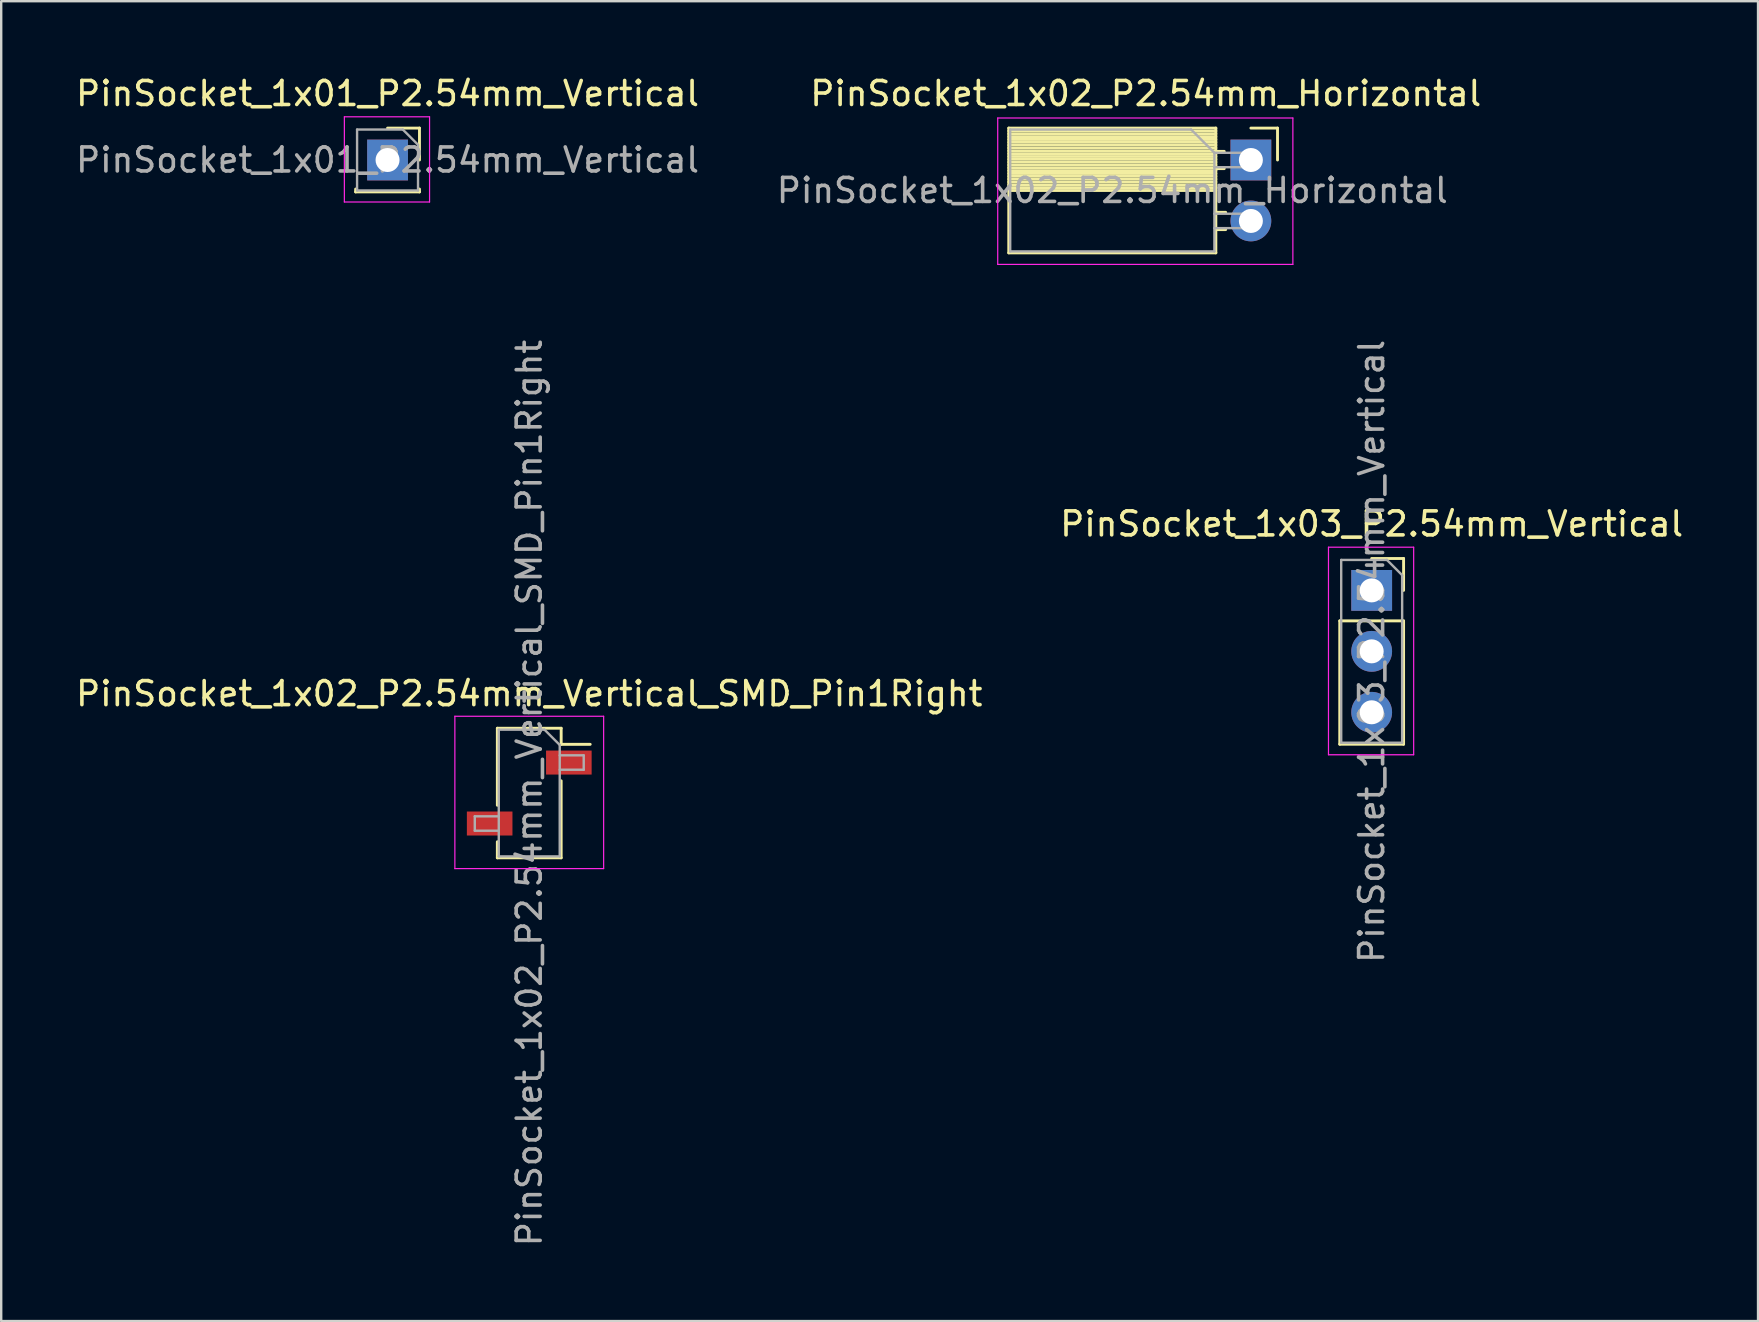
<source format=kicad_pcb>
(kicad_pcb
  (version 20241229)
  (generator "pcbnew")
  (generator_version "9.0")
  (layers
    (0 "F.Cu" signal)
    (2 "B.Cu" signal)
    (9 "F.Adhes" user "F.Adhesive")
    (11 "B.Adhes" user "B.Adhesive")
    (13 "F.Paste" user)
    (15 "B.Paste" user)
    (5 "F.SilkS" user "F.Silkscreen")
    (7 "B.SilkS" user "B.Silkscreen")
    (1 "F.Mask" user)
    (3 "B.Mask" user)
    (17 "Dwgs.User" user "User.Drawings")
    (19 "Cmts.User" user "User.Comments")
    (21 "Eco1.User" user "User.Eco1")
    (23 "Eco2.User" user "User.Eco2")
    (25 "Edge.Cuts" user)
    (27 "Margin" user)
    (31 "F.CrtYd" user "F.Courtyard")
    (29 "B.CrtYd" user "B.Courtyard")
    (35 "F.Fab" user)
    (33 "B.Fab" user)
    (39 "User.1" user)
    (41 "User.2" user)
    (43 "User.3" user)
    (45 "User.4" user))
  (footprint "PinSocket_1x02_P2.54mm_Vertical_SMD_Pin1Right"
    (layer "F.Cu")
    (at 19.006 29.999)
    (property "Reference" "PinSocket_1x02_P2.54mm_Vertical_SMD_Pin1Right" (at 0 -4.14 0) (layer "F.SilkS") (effects (font (size 1 1) (thickness 0.15))))
    (attr smd)
    (fp_line (start -1.33 -2.7) (end -1.33 0.51) (stroke (width 0.12) (type solid)) (layer "F.SilkS"))
    (fp_line (start -1.33 -2.7) (end 1.33 -2.7) (stroke (width 0.12) (type solid)) (layer "F.SilkS"))
    (fp_line (start -1.33 2.03) (end -1.33 2.7) (stroke (width 0.12) (type solid)) (layer "F.SilkS"))
    (fp_line (start -1.33 2.7) (end 1.33 2.7) (stroke (width 0.12) (type solid)) (layer "F.SilkS"))
    (fp_line (start 1.33 -2.7) (end 1.33 -2.03) (stroke (width 0.12) (type solid)) (layer "F.SilkS"))
    (fp_line (start 1.33 -2.03) (end 2.54 -2.03) (stroke (width 0.12) (type solid)) (layer "F.SilkS"))
    (fp_line (start 1.33 -0.51) (end 1.33 2.7) (stroke (width 0.12) (type solid)) (layer "F.SilkS"))
    (fp_line (start -3.1 -3.2) (end 3.1 -3.2) (stroke (width 0.05) (type solid)) (layer "F.CrtYd"))
    (fp_line (start -3.1 3.15) (end -3.1 -3.2) (stroke (width 0.05) (type solid)) (layer "F.CrtYd"))
    (fp_line (start 3.1 -3.2) (end 3.1 3.15) (stroke (width 0.05) (type solid)) (layer "F.CrtYd"))
    (fp_line (start 3.1 3.15) (end -3.1 3.15) (stroke (width 0.05) (type solid)) (layer "F.CrtYd"))
    (fp_line (start -2.27 0.97) (end -1.27 0.97) (stroke (width 0.1) (type solid)) (layer "F.Fab"))
    (fp_line (start -2.27 1.57) (end -2.27 0.97) (stroke (width 0.1) (type solid)) (layer "F.Fab"))
    (fp_line (start -1.27 -2.64) (end 0.635 -2.64) (stroke (width 0.1) (type solid)) (layer "F.Fab"))
    (fp_line (start -1.27 1.57) (end -2.27 1.57) (stroke (width 0.1) (type solid)) (layer "F.Fab"))
    (fp_line (start -1.27 2.64) (end -1.27 -2.64) (stroke (width 0.1) (type solid)) (layer "F.Fab"))
    (fp_line (start 0.635 -2.64) (end 1.27 -2.005) (stroke (width 0.1) (type solid)) (layer "F.Fab"))
    (fp_line (start 1.27 -2.005) (end 1.27 2.64) (stroke (width 0.1) (type solid)) (layer "F.Fab"))
    (fp_line (start 1.27 -1.57) (end 2.27 -1.57) (stroke (width 0.1) (type solid)) (layer "F.Fab"))
    (fp_line (start 1.27 2.64) (end -1.27 2.64) (stroke (width 0.1) (type solid)) (layer "F.Fab"))
    (fp_line (start 2.27 -1.57) (end 2.27 -0.97) (stroke (width 0.1) (type solid)) (layer "F.Fab"))
    (fp_line (start 2.27 -0.97) (end 1.27 -0.97) (stroke (width 0.1) (type solid)) (layer "F.Fab"))
    (fp_text user "${REFERENCE}" (at 0 0 90) (layer "F.Fab") (effects (font (size 1 1) (thickness 0.15))))
    (pad "1" smd rect (at 1.65 -1.27) (size 1.9 1) (layers "F.Cu" "F.Mask" "F.Paste"))
    (pad "2" smd rect (at -1.65 1.27) (size 1.9 1) (layers "F.Cu" "F.Mask" "F.Paste")))
  (footprint "PinSocket_1x03_P2.54mm_Vertical"
    (layer "F.Cu")
    (at 54.113 21.554)
    (property "Reference" "PinSocket_1x03_P2.54mm_Vertical" (at 0 -2.77 0) (layer "F.SilkS") (effects (font (size 1 1) (thickness 0.15))))
    (attr through_hole)
    (fp_line (start -1.33 1.27) (end -1.33 6.41) (stroke (width 0.12) (type solid)) (layer "F.SilkS"))
    (fp_line (start -1.33 1.27) (end 1.33 1.27) (stroke (width 0.12) (type solid)) (layer "F.SilkS"))
    (fp_line (start -1.33 6.41) (end 1.33 6.41) (stroke (width 0.12) (type solid)) (layer "F.SilkS"))
    (fp_line (start 0 -1.33) (end 1.33 -1.33) (stroke (width 0.12) (type solid)) (layer "F.SilkS"))
    (fp_line (start 1.33 -1.33) (end 1.33 0) (stroke (width 0.12) (type solid)) (layer "F.SilkS"))
    (fp_line (start 1.33 1.27) (end 1.33 6.41) (stroke (width 0.12) (type solid)) (layer "F.SilkS"))
    (fp_line (start -1.8 -1.8) (end 1.75 -1.8) (stroke (width 0.05) (type solid)) (layer "F.CrtYd"))
    (fp_line (start -1.8 6.85) (end -1.8 -1.8) (stroke (width 0.05) (type solid)) (layer "F.CrtYd"))
    (fp_line (start 1.75 -1.8) (end 1.75 6.85) (stroke (width 0.05) (type solid)) (layer "F.CrtYd"))
    (fp_line (start 1.75 6.85) (end -1.8 6.85) (stroke (width 0.05) (type solid)) (layer "F.CrtYd"))
    (fp_line (start -1.27 -1.27) (end 0.635 -1.27) (stroke (width 0.1) (type solid)) (layer "F.Fab"))
    (fp_line (start -1.27 6.35) (end -1.27 -1.27) (stroke (width 0.1) (type solid)) (layer "F.Fab"))
    (fp_line (start 0.635 -1.27) (end 1.27 -0.635) (stroke (width 0.1) (type solid)) (layer "F.Fab"))
    (fp_line (start 1.27 -0.635) (end 1.27 6.35) (stroke (width 0.1) (type solid)) (layer "F.Fab"))
    (fp_line (start 1.27 6.35) (end -1.27 6.35) (stroke (width 0.1) (type solid)) (layer "F.Fab"))
    (fp_text user "${REFERENCE}" (at 0 2.54 90) (layer "F.Fab") (effects (font (size 1 1) (thickness 0.15))))
    (pad "1" thru_hole rect (at 0 0) (size 1.7 1.7) (drill 1) (layers "*.Cu" "*.Mask"))
    (pad "2" thru_hole oval (at 0 2.54) (size 1.7 1.7) (drill 1) (layers "*.Cu" "*.Mask"))
    (pad "3" thru_hole oval (at 0 5.08) (size 1.7 1.7) (drill 1) (layers "*.Cu" "*.Mask")))
  (footprint "PinSocket_1x01_P2.54mm_Vertical"
    (layer "F.Cu")
    (at 13.101 3.618)
    (property "Reference" "PinSocket_1x01_P2.54mm_Vertical" (at 0 -2.77 0) (layer "F.SilkS") (effects (font (size 1 1) (thickness 0.15))))
    (attr through_hole)
    (fp_line (start -1.33 1.21) (end -1.33 1.33) (stroke (width 0.12) (type solid)) (layer "F.SilkS"))
    (fp_line (start -1.33 1.33) (end 1.33 1.33) (stroke (width 0.12) (type solid)) (layer "F.SilkS"))
    (fp_line (start 0 -1.33) (end 1.33 -1.33) (stroke (width 0.12) (type solid)) (layer "F.SilkS"))
    (fp_line (start 1.33 -1.33) (end 1.33 0) (stroke (width 0.12) (type solid)) (layer "F.SilkS"))
    (fp_line (start 1.33 1.21) (end 1.33 1.33) (stroke (width 0.12) (type solid)) (layer "F.SilkS"))
    (fp_line (start -1.8 -1.8) (end 1.75 -1.8) (stroke (width 0.05) (type solid)) (layer "F.CrtYd"))
    (fp_line (start -1.8 1.75) (end -1.8 -1.8) (stroke (width 0.05) (type solid)) (layer "F.CrtYd"))
    (fp_line (start 1.75 -1.8) (end 1.75 1.75) (stroke (width 0.05) (type solid)) (layer "F.CrtYd"))
    (fp_line (start 1.75 1.75) (end -1.8 1.75) (stroke (width 0.05) (type solid)) (layer "F.CrtYd"))
    (fp_line (start -1.27 -1.27) (end 0.635 -1.27) (stroke (width 0.1) (type solid)) (layer "F.Fab"))
    (fp_line (start -1.27 1.27) (end -1.27 -1.27) (stroke (width 0.1) (type solid)) (layer "F.Fab"))
    (fp_line (start 0.635 -1.27) (end 1.27 -0.635) (stroke (width 0.1) (type solid)) (layer "F.Fab"))
    (fp_line (start 1.27 -0.635) (end 1.27 1.27) (stroke (width 0.1) (type solid)) (layer "F.Fab"))
    (fp_line (start 1.27 1.27) (end -1.27 1.27) (stroke (width 0.1) (type solid)) (layer "F.Fab"))
    (fp_text user "${REFERENCE}" (at 0 0 0) (layer "F.Fab") (effects (font (size 1 1) (thickness 0.15))))
    (pad "1" thru_hole rect (at 0 0) (size 1.7 1.7) (drill 1) (layers "*.Cu" "*.Mask")))
  (footprint "PinSocket_1x02_P2.54mm_Horizontal"
    (layer "F.Cu")
    (at 49.079 3.618)
    (property "Reference" "PinSocket_1x02_P2.54mm_Horizontal" (at -4.38 -2.77 0) (layer "F.SilkS") (effects (font (size 1 1) (thickness 0.15))))
    (attr through_hole)
    (fp_line (start -10.09 -1.33) (end -10.09 3.87) (stroke (width 0.12) (type solid)) (layer "F.SilkS"))
    (fp_line (start -10.09 -1.33) (end -1.46 -1.33) (stroke (width 0.12) (type solid)) (layer "F.SilkS"))
    (fp_line (start -10.09 -1.21) (end -1.46 -1.21) (stroke (width 0.12) (type solid)) (layer "F.SilkS"))
    (fp_line (start -10.09 -1.092) (end -1.46 -1.092) (stroke (width 0.12) (type solid)) (layer "F.SilkS"))
    (fp_line (start -10.09 -0.974) (end -1.46 -0.974) (stroke (width 0.12) (type solid)) (layer "F.SilkS"))
    (fp_line (start -10.09 -0.856) (end -1.46 -0.856) (stroke (width 0.12) (type solid)) (layer "F.SilkS"))
    (fp_line (start -10.09 -0.738) (end -1.46 -0.738) (stroke (width 0.12) (type solid)) (layer "F.SilkS"))
    (fp_line (start -10.09 -0.62) (end -1.46 -0.62) (stroke (width 0.12) (type solid)) (layer "F.SilkS"))
    (fp_line (start -10.09 -0.501) (end -1.46 -0.501) (stroke (width 0.12) (type solid)) (layer "F.SilkS"))
    (fp_line (start -10.09 -0.383) (end -1.46 -0.383) (stroke (width 0.12) (type solid)) (layer "F.SilkS"))
    (fp_line (start -10.09 -0.265) (end -1.46 -0.265) (stroke (width 0.12) (type solid)) (layer "F.SilkS"))
    (fp_line (start -10.09 -0.147) (end -1.46 -0.147) (stroke (width 0.12) (type solid)) (layer "F.SilkS"))
    (fp_line (start -10.09 -0.029) (end -1.46 -0.029) (stroke (width 0.12) (type solid)) (layer "F.SilkS"))
    (fp_line (start -10.09 0.089) (end -1.46 0.089) (stroke (width 0.12) (type solid)) (layer "F.SilkS"))
    (fp_line (start -10.09 0.207) (end -1.46 0.207) (stroke (width 0.12) (type solid)) (layer "F.SilkS"))
    (fp_line (start -10.09 0.325) (end -1.46 0.325) (stroke (width 0.12) (type solid)) (layer "F.SilkS"))
    (fp_line (start -10.09 0.443) (end -1.46 0.443) (stroke (width 0.12) (type solid)) (layer "F.SilkS"))
    (fp_line (start -10.09 0.561) (end -1.46 0.561) (stroke (width 0.12) (type solid)) (layer "F.SilkS"))
    (fp_line (start -10.09 0.68) (end -1.46 0.68) (stroke (width 0.12) (type solid)) (layer "F.SilkS"))
    (fp_line (start -10.09 0.798) (end -1.46 0.798) (stroke (width 0.12) (type solid)) (layer "F.SilkS"))
    (fp_line (start -10.09 0.916) (end -1.46 0.916) (stroke (width 0.12) (type solid)) (layer "F.SilkS"))
    (fp_line (start -10.09 1.034) (end -1.46 1.034) (stroke (width 0.12) (type solid)) (layer "F.SilkS"))
    (fp_line (start -10.09 1.152) (end -1.46 1.152) (stroke (width 0.12) (type solid)) (layer "F.SilkS"))
    (fp_line (start -10.09 1.27) (end -1.46 1.27) (stroke (width 0.12) (type solid)) (layer "F.SilkS"))
    (fp_line (start -10.09 3.87) (end -1.46 3.87) (stroke (width 0.12) (type solid)) (layer "F.SilkS"))
    (fp_line (start -1.46 -1.33) (end -1.46 3.87) (stroke (width 0.12) (type solid)) (layer "F.SilkS"))
    (fp_line (start -1.46 -0.36) (end -1.11 -0.36) (stroke (width 0.12) (type solid)) (layer "F.SilkS"))
    (fp_line (start -1.46 0.36) (end -1.11 0.36) (stroke (width 0.12) (type solid)) (layer "F.SilkS"))
    (fp_line (start -1.46 2.18) (end -1.05 2.18) (stroke (width 0.12) (type solid)) (layer "F.SilkS"))
    (fp_line (start -1.46 2.9) (end -1.05 2.9) (stroke (width 0.12) (type solid)) (layer "F.SilkS"))
    (fp_line (start 0 -1.33) (end 1.11 -1.33) (stroke (width 0.12) (type solid)) (layer "F.SilkS"))
    (fp_line (start 1.11 -1.33) (end 1.11 0) (stroke (width 0.12) (type solid)) (layer "F.SilkS"))
    (fp_line (start -10.55 -1.75) (end -10.55 4.35) (stroke (width 0.05) (type solid)) (layer "F.CrtYd"))
    (fp_line (start -10.55 4.35) (end 1.75 4.35) (stroke (width 0.05) (type solid)) (layer "F.CrtYd"))
    (fp_line (start 1.75 -1.75) (end -10.55 -1.75) (stroke (width 0.05) (type solid)) (layer "F.CrtYd"))
    (fp_line (start 1.75 4.35) (end 1.75 -1.75) (stroke (width 0.05) (type solid)) (layer "F.CrtYd"))
    (fp_line (start -10.03 -1.27) (end -2.49 -1.27) (stroke (width 0.1) (type solid)) (layer "F.Fab"))
    (fp_line (start -10.03 3.81) (end -10.03 -1.27) (stroke (width 0.1) (type solid)) (layer "F.Fab"))
    (fp_line (start -2.49 -1.27) (end -1.52 -0.3) (stroke (width 0.1) (type solid)) (layer "F.Fab"))
    (fp_line (start -1.52 -0.3) (end -1.52 3.81) (stroke (width 0.1) (type solid)) (layer "F.Fab"))
    (fp_line (start -1.52 0.3) (end 0 0.3) (stroke (width 0.1) (type solid)) (layer "F.Fab"))
    (fp_line (start -1.52 2.84) (end 0 2.84) (stroke (width 0.1) (type solid)) (layer "F.Fab"))
    (fp_line (start -1.52 3.81) (end -10.03 3.81) (stroke (width 0.1) (type solid)) (layer "F.Fab"))
    (fp_line (start 0 -0.3) (end -1.52 -0.3) (stroke (width 0.1) (type solid)) (layer "F.Fab"))
    (fp_line (start 0 0.3) (end 0 -0.3) (stroke (width 0.1) (type solid)) (layer "F.Fab"))
    (fp_line (start 0 2.24) (end -1.52 2.24) (stroke (width 0.1) (type solid)) (layer "F.Fab"))
    (fp_line (start 0 2.84) (end 0 2.24) (stroke (width 0.1) (type solid)) (layer "F.Fab"))
    (fp_text user "${REFERENCE}" (at -5.775 1.27 0) (layer "F.Fab") (effects (font (size 1 1) (thickness 0.15))))
    (pad "1" thru_hole rect (at 0 0) (size 1.7 1.7) (drill 1) (layers "*.Cu" "*.Mask"))
    (pad "2" thru_hole oval (at 0 2.54) (size 1.7 1.7) (drill 1) (layers "*.Cu" "*.Mask")))
  (gr_rect
    (start -3 -3)
    (end 70.214 52.005)
    (stroke (width 0.1) (type default))
    (fill no)
    (layer "Edge.Cuts")))
</source>
